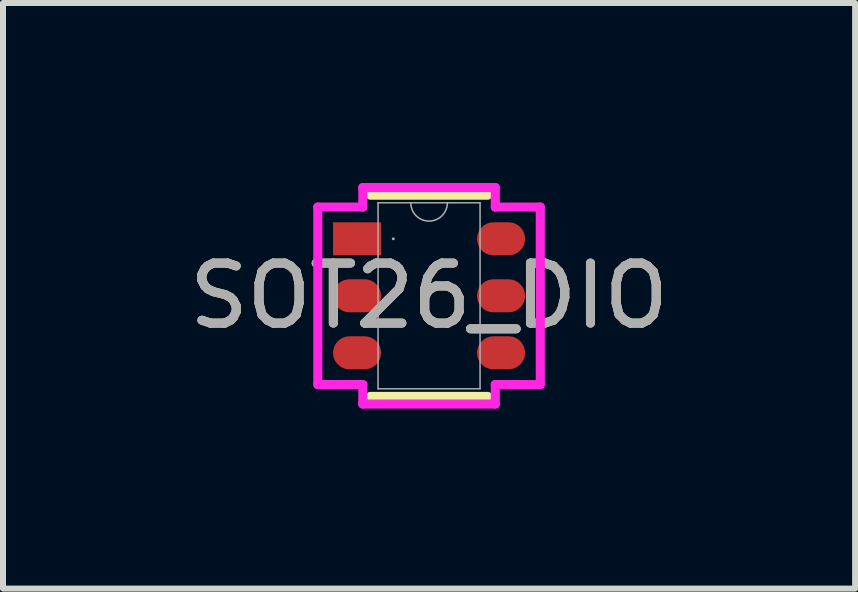
<source format=kicad_pcb>
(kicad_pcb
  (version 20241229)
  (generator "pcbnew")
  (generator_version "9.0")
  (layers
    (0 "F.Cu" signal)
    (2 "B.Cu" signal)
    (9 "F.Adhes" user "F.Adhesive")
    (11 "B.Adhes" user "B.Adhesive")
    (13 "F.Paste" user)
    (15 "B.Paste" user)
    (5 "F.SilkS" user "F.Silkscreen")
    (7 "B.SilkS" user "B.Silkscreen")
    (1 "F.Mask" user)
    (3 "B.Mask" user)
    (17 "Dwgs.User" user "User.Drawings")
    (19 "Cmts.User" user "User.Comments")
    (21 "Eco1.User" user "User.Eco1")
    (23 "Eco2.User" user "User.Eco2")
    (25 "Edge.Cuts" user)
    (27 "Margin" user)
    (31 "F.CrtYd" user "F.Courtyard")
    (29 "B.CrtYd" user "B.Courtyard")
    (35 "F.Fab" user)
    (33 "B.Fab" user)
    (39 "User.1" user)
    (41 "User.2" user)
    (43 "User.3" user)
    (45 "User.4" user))
  (footprint "SOT26_DIO"
    (layer "F.Cu")
    (at 4.101 1.88)
    (property "Reference" "SOT26_DIO" (at 0 0 0) (unlocked yes) (layer "F.SilkS") (effects (font (size 1 1) (thickness 0.15))))
    (attr smd)
    (fp_line (start -0.977 1.677) (end 0.977 1.677) (stroke (width 0.152) (type solid)) (layer "F.SilkS"))
    (fp_line (start 0.977 -1.677) (end -0.977 -1.677) (stroke (width 0.152) (type solid)) (layer "F.SilkS"))
    (fp_line (start -1.854 -1.479) (end -1.104 -1.479) (stroke (width 0.152) (type solid)) (layer "F.CrtYd"))
    (fp_line (start -1.854 1.479) (end -1.854 -1.479) (stroke (width 0.152) (type solid)) (layer "F.CrtYd"))
    (fp_line (start -1.854 1.479) (end -1.104 1.479) (stroke (width 0.152) (type solid)) (layer "F.CrtYd"))
    (fp_line (start -1.104 -1.804) (end 1.104 -1.804) (stroke (width 0.152) (type solid)) (layer "F.CrtYd"))
    (fp_line (start -1.104 -1.479) (end -1.104 -1.804) (stroke (width 0.152) (type solid)) (layer "F.CrtYd"))
    (fp_line (start -1.104 1.804) (end -1.104 1.479) (stroke (width 0.152) (type solid)) (layer "F.CrtYd"))
    (fp_line (start 1.104 -1.804) (end 1.104 -1.479) (stroke (width 0.152) (type solid)) (layer "F.CrtYd"))
    (fp_line (start 1.104 1.479) (end 1.104 1.804) (stroke (width 0.152) (type solid)) (layer "F.CrtYd"))
    (fp_line (start 1.104 1.804) (end -1.104 1.804) (stroke (width 0.152) (type solid)) (layer "F.CrtYd"))
    (fp_line (start 1.854 -1.479) (end 1.104 -1.479) (stroke (width 0.152) (type solid)) (layer "F.CrtYd"))
    (fp_line (start 1.854 -1.479) (end 1.854 1.479) (stroke (width 0.152) (type solid)) (layer "F.CrtYd"))
    (fp_line (start 1.854 1.479) (end 1.104 1.479) (stroke (width 0.152) (type solid)) (layer "F.CrtYd"))
    (fp_line (start -0.85 -1.55) (end -0.85 1.55) (stroke (width 0.025) (type solid)) (layer "F.Fab"))
    (fp_line (start -0.85 1.55) (end 0.85 1.55) (stroke (width 0.025) (type solid)) (layer "F.Fab"))
    (fp_line (start 0.85 -1.55) (end -0.85 -1.55) (stroke (width 0.025) (type solid)) (layer "F.Fab"))
    (fp_line (start 0.85 1.55) (end 0.85 -1.55) (stroke (width 0.025) (type solid)) (layer "F.Fab"))
    (fp_arc (start 0.3048 -1.549999) (mid 0 -1.245199) (end -0.3048 -1.549999) (stroke (width 0.0254) (type solid)) (layer "F.Fab"))
    (fp_circle (center -0.596 -0.95) (end -0.596 -0.95) (stroke (width 0.025) (type solid)) (fill no) (layer "F.Fab"))
    (fp_text user "${REFERENCE}" (at 0 0 0) (unlocked yes) (layer "F.Fab") (effects (font (size 1 1) (thickness 0.15))))
    (pad "1" smd rect (at -1.2 -0.95) (size 0.8 0.55) (layers "F.Cu" "F.Mask" "F.Paste"))
    (pad "2" smd oval (at -1.2 0) (size 0.8 0.55) (layers "F.Cu" "F.Mask" "F.Paste"))
    (pad "3" smd oval (at -1.2 0.95) (size 0.8 0.55) (layers "F.Cu" "F.Mask" "F.Paste"))
    (pad "4" smd oval (at 1.2 0.95) (size 0.8 0.55) (layers "F.Cu" "F.Mask" "F.Paste"))
    (pad "5" smd oval (at 1.2 0) (size 0.8 0.55) (layers "F.Cu" "F.Mask" "F.Paste"))
    (pad "6" smd oval (at 1.2 -0.95) (size 0.8 0.55) (layers "F.Cu" "F.Mask" "F.Paste")))
  (gr_rect
    (start -3 -3)
    (end 11.202 6.76)
    (stroke (width 0.1) (type default))
    (fill no)
    (layer "Edge.Cuts")))
</source>
